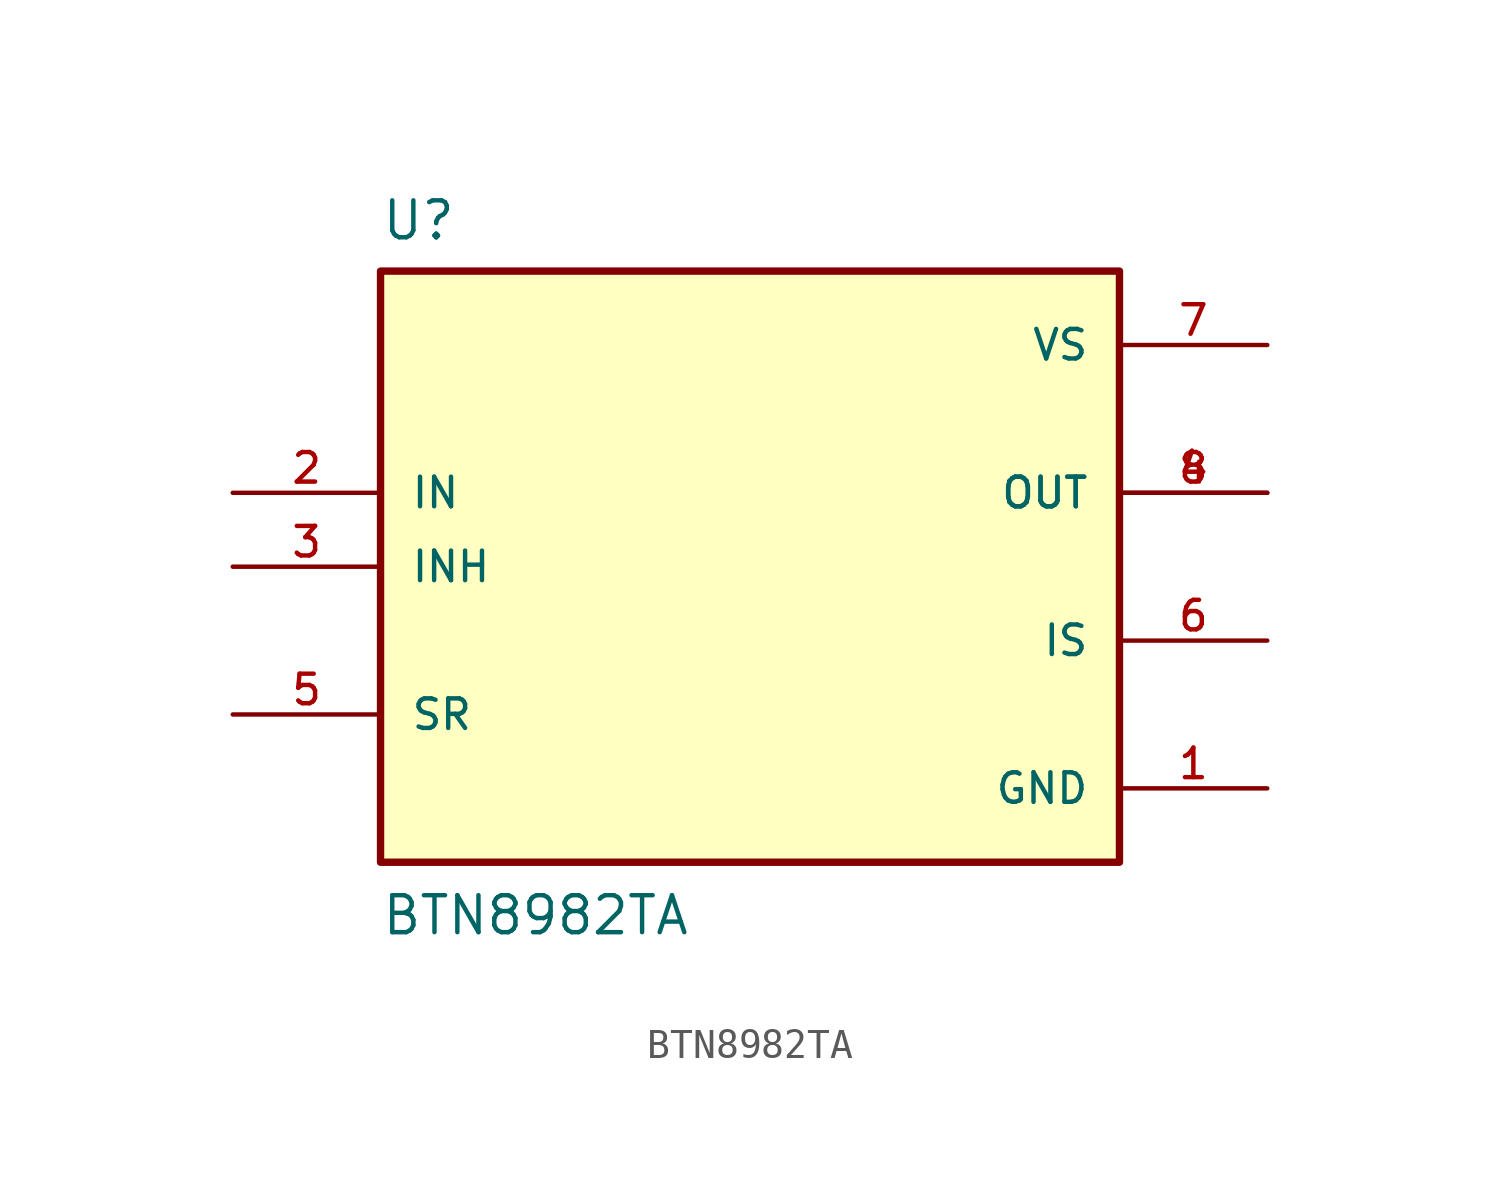
<source format=kicad_sym>
(kicad_symbol_lib
  (version 20211014)
  (generator kicad_symbol_editor)
  (symbol "BTN8982TA"
    (pin_names
      (offset 1.016))
    (property "Reference" "U"
      (at -12.7 11.16 0.0)
      (effects (font (size 1.27 1.27)) (justify bottom left)))
    (property "Value" "BTN8982TA"
      (at -12.7 -11.24 0.0)
      (effects (font (size 1.27 1.27)) (justify top left)))
    (symbol "BTN8982TA_0_0"
      (rectangle (start -12.7 -10.16) (end 12.7 10.16) (stroke (width 0.254)) (fill (type background)))
      (pin input line (at -17.78 -5.08 0) (length 5.08) (name "SR" (effects (font (size 1.016 1.016)))) (number "5" (effects (font (size 1.016 1.016)))))
      (pin input line (at -17.78 0.0 0) (length 5.08) (name "INH" (effects (font (size 1.016 1.016)))) (number "3" (effects (font (size 1.016 1.016)))))
      (pin output line (at 17.78 -2.54 180.0) (length 5.08) (name "IS" (effects (font (size 1.016 1.016)))) (number "6" (effects (font (size 1.016 1.016)))))
      (pin power_in line (at 17.78 -7.62 180.0) (length 5.08) (name "GND" (effects (font (size 1.016 1.016)))) (number "1" (effects (font (size 1.016 1.016)))))
      (pin power_in line (at 17.78 7.62 180.0) (length 5.08) (name "VS" (effects (font (size 1.016 1.016)))) (number "7" (effects (font (size 1.016 1.016)))))
      (pin output line (at 17.78 2.54 180.0) (length 5.08) (name "OUT" (effects (font (size 1.016 1.016)))) (number "4" (effects (font (size 1.016 1.016)))))
      (pin output line (at 17.78 2.54 180.0) (length 5.08) (name "OUT" (effects (font (size 1.016 1.016)))) (number "8" (effects (font (size 1.016 1.016)))))
      (pin input line (at -17.78 2.54 0) (length 5.08) (name "IN" (effects (font (size 1.016 1.016)))) (number "2" (effects (font (size 1.016 1.016))))))))
</source>
